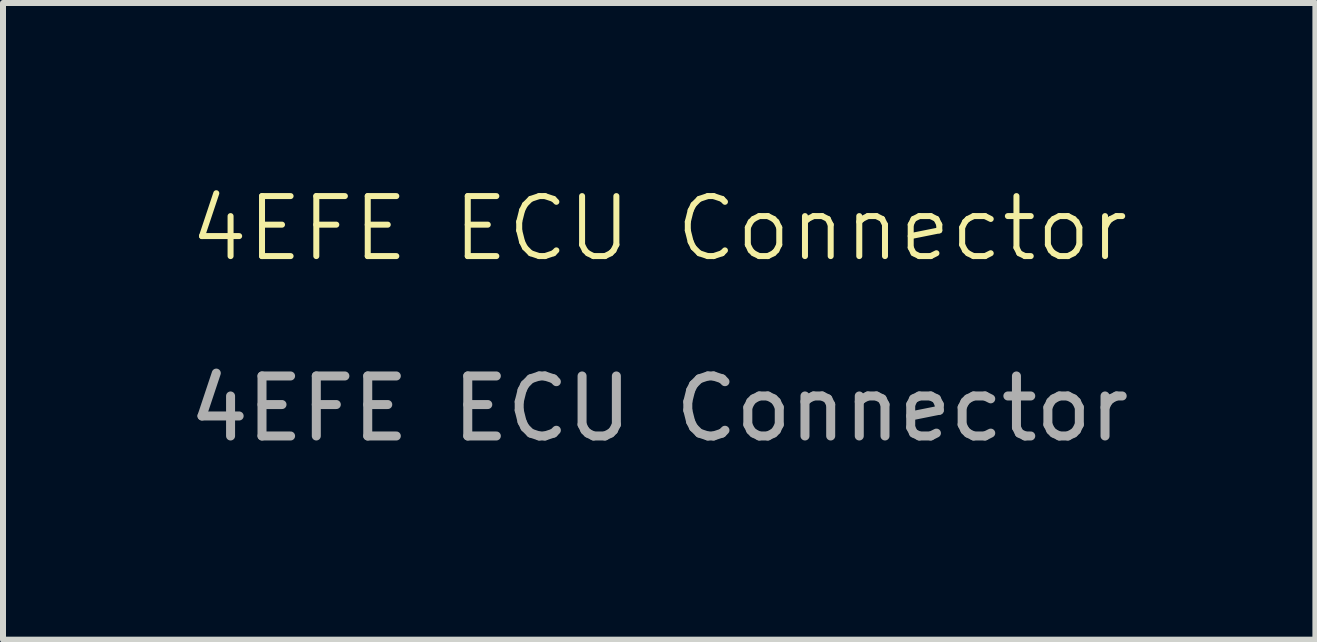
<source format=kicad_pcb>
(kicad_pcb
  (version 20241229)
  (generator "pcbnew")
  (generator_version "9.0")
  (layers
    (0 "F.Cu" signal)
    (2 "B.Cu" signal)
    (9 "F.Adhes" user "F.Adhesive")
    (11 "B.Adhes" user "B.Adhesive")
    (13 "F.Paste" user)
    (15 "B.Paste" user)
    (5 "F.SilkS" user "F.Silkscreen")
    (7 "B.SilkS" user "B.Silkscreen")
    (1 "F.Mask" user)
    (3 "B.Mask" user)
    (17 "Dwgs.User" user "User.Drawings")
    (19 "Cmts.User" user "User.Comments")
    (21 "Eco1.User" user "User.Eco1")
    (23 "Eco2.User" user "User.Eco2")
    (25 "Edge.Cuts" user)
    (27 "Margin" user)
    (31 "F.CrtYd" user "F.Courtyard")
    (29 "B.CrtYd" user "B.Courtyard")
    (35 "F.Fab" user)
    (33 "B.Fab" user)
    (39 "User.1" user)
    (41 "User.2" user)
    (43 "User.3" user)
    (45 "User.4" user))
  (footprint "4EFE ECU Connector"
    (layer "F.Cu")
    (at 7.935 1.26)
    (property "Reference" "4EFE ECU Connector" (at 0 -0.5 0) (unlocked yes) (layer "F.SilkS") (effects (font (size 1 1) (thickness 0.1))))
    (attr through_hole)
    (fp_text user "${REFERENCE}" (at 0 2.5 0) (unlocked yes) (layer "F.Fab") (effects (font (size 1 1) (thickness 0.15)))))
  (gr_rect
    (start -3 -3)
    (end 18.869 7.609)
    (stroke (width 0.1) (type default))
    (fill no)
    (layer "Edge.Cuts")))
</source>
